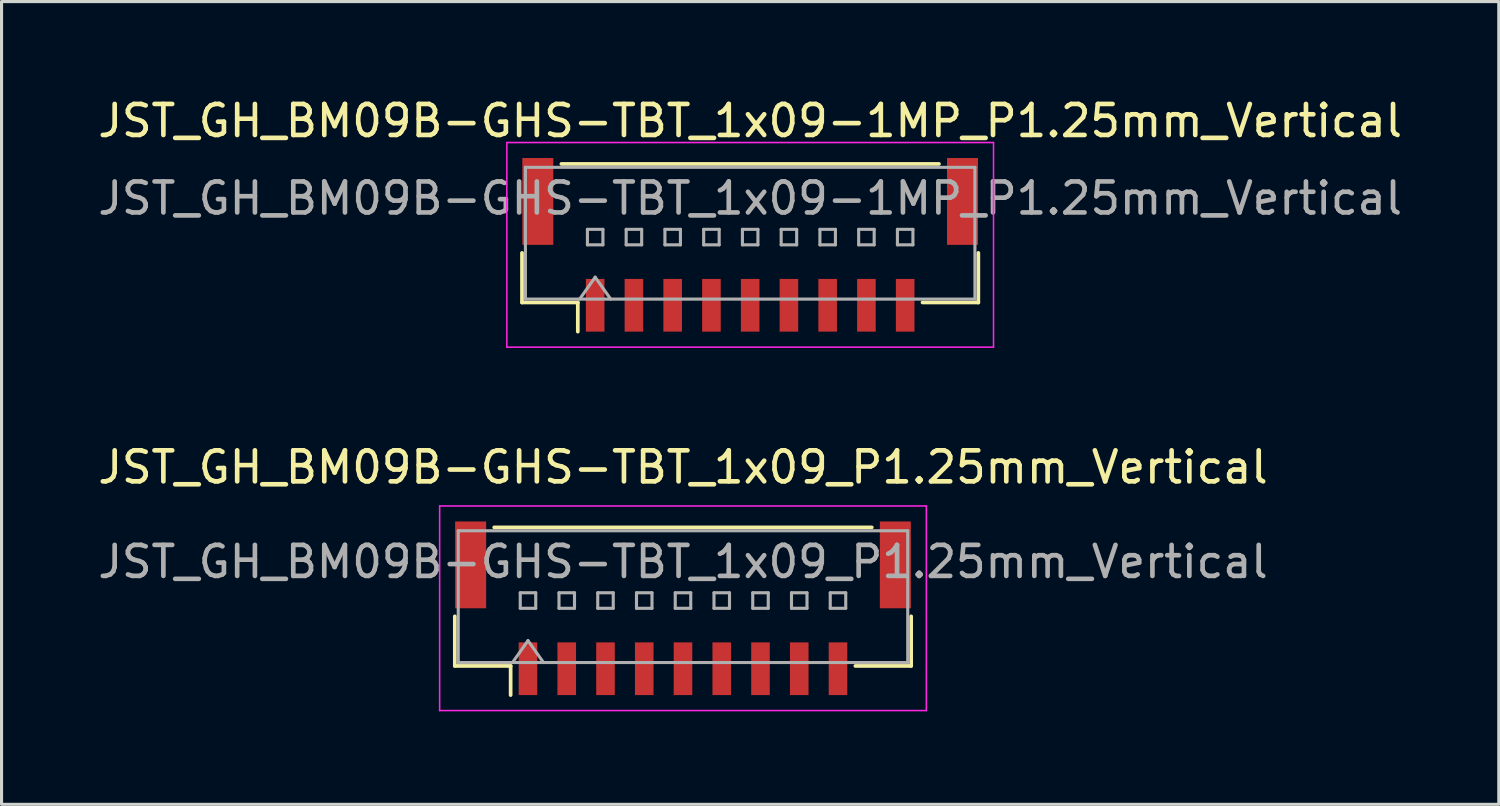
<source format=kicad_pcb>
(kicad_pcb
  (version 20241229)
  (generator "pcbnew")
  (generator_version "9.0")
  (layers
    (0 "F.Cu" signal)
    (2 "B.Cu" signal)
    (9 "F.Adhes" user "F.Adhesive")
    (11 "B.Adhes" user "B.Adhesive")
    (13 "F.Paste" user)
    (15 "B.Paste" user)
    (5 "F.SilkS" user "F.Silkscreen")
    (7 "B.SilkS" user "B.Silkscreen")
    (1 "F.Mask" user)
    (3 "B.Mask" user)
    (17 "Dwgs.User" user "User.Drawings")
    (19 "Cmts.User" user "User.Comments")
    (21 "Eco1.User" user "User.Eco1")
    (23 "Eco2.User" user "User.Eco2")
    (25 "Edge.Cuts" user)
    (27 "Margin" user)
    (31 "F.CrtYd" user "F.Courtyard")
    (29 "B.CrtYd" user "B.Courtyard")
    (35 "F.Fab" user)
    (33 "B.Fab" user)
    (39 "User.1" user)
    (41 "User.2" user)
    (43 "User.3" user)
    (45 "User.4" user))
  (footprint "JST_GH_BM09B-GHS-TBT_1x09-1MP_P1.25mm_Vertical"
    (layer "F.Cu")
    (at 21.149 4.848)
    (property "Reference" "JST_GH_BM09B-GHS-TBT_1x09-1MP_P1.25mm_Vertical" (at 0 -4 0) (layer "F.SilkS") (effects (font (size 1 1) (thickness 0.15))))
    (attr smd)
    (fp_line (start -7.36 0.26) (end -7.36 1.86) (stroke (width 0.12) (type solid)) (layer "F.SilkS"))
    (fp_line (start -7.36 1.86) (end -5.56 1.86) (stroke (width 0.12) (type solid)) (layer "F.SilkS"))
    (fp_line (start -6.09 -2.61) (end 6.09 -2.61) (stroke (width 0.12) (type solid)) (layer "F.SilkS"))
    (fp_line (start -5.56 1.86) (end -5.56 2.8) (stroke (width 0.12) (type solid)) (layer "F.SilkS"))
    (fp_line (start 7.36 0.26) (end 7.36 1.86) (stroke (width 0.12) (type solid)) (layer "F.SilkS"))
    (fp_line (start 7.36 1.86) (end 5.56 1.86) (stroke (width 0.12) (type solid)) (layer "F.SilkS"))
    (fp_line (start -7.85 -3.3) (end -7.85 3.3) (stroke (width 0.05) (type solid)) (layer "F.CrtYd"))
    (fp_line (start -7.85 3.3) (end 7.85 3.3) (stroke (width 0.05) (type solid)) (layer "F.CrtYd"))
    (fp_line (start 7.85 -3.3) (end -7.85 -3.3) (stroke (width 0.05) (type solid)) (layer "F.CrtYd"))
    (fp_line (start 7.85 3.3) (end 7.85 -3.3) (stroke (width 0.05) (type solid)) (layer "F.CrtYd"))
    (fp_line (start -7.25 -2.5) (end 7.25 -2.5) (stroke (width 0.1) (type solid)) (layer "F.Fab"))
    (fp_line (start -7.25 1.75) (end -7.25 -2.5) (stroke (width 0.1) (type solid)) (layer "F.Fab"))
    (fp_line (start -7.25 1.75) (end 7.25 1.75) (stroke (width 0.1) (type solid)) (layer "F.Fab"))
    (fp_line (start -5.5 1.75) (end -5 1.043) (stroke (width 0.1) (type solid)) (layer "F.Fab"))
    (fp_line (start -5.25 -0.5) (end -5.25 0) (stroke (width 0.1) (type solid)) (layer "F.Fab"))
    (fp_line (start -5.25 0) (end -4.75 0) (stroke (width 0.1) (type solid)) (layer "F.Fab"))
    (fp_line (start -5 1.043) (end -4.5 1.75) (stroke (width 0.1) (type solid)) (layer "F.Fab"))
    (fp_line (start -4.75 -0.5) (end -5.25 -0.5) (stroke (width 0.1) (type solid)) (layer "F.Fab"))
    (fp_line (start -4.75 0) (end -4.75 -0.5) (stroke (width 0.1) (type solid)) (layer "F.Fab"))
    (fp_line (start -4 -0.5) (end -4 0) (stroke (width 0.1) (type solid)) (layer "F.Fab"))
    (fp_line (start -4 0) (end -3.5 0) (stroke (width 0.1) (type solid)) (layer "F.Fab"))
    (fp_line (start -3.5 -0.5) (end -4 -0.5) (stroke (width 0.1) (type solid)) (layer "F.Fab"))
    (fp_line (start -3.5 0) (end -3.5 -0.5) (stroke (width 0.1) (type solid)) (layer "F.Fab"))
    (fp_line (start -2.75 -0.5) (end -2.75 0) (stroke (width 0.1) (type solid)) (layer "F.Fab"))
    (fp_line (start -2.75 0) (end -2.25 0) (stroke (width 0.1) (type solid)) (layer "F.Fab"))
    (fp_line (start -2.25 -0.5) (end -2.75 -0.5) (stroke (width 0.1) (type solid)) (layer "F.Fab"))
    (fp_line (start -2.25 0) (end -2.25 -0.5) (stroke (width 0.1) (type solid)) (layer "F.Fab"))
    (fp_line (start -1.5 -0.5) (end -1.5 0) (stroke (width 0.1) (type solid)) (layer "F.Fab"))
    (fp_line (start -1.5 0) (end -1 0) (stroke (width 0.1) (type solid)) (layer "F.Fab"))
    (fp_line (start -1 -0.5) (end -1.5 -0.5) (stroke (width 0.1) (type solid)) (layer "F.Fab"))
    (fp_line (start -1 0) (end -1 -0.5) (stroke (width 0.1) (type solid)) (layer "F.Fab"))
    (fp_line (start -0.25 -0.5) (end -0.25 0) (stroke (width 0.1) (type solid)) (layer "F.Fab"))
    (fp_line (start -0.25 0) (end 0.25 0) (stroke (width 0.1) (type solid)) (layer "F.Fab"))
    (fp_line (start 0.25 -0.5) (end -0.25 -0.5) (stroke (width 0.1) (type solid)) (layer "F.Fab"))
    (fp_line (start 0.25 0) (end 0.25 -0.5) (stroke (width 0.1) (type solid)) (layer "F.Fab"))
    (fp_line (start 1 -0.5) (end 1 0) (stroke (width 0.1) (type solid)) (layer "F.Fab"))
    (fp_line (start 1 0) (end 1.5 0) (stroke (width 0.1) (type solid)) (layer "F.Fab"))
    (fp_line (start 1.5 -0.5) (end 1 -0.5) (stroke (width 0.1) (type solid)) (layer "F.Fab"))
    (fp_line (start 1.5 0) (end 1.5 -0.5) (stroke (width 0.1) (type solid)) (layer "F.Fab"))
    (fp_line (start 2.25 -0.5) (end 2.25 0) (stroke (width 0.1) (type solid)) (layer "F.Fab"))
    (fp_line (start 2.25 0) (end 2.75 0) (stroke (width 0.1) (type solid)) (layer "F.Fab"))
    (fp_line (start 2.75 -0.5) (end 2.25 -0.5) (stroke (width 0.1) (type solid)) (layer "F.Fab"))
    (fp_line (start 2.75 0) (end 2.75 -0.5) (stroke (width 0.1) (type solid)) (layer "F.Fab"))
    (fp_line (start 3.5 -0.5) (end 3.5 0) (stroke (width 0.1) (type solid)) (layer "F.Fab"))
    (fp_line (start 3.5 0) (end 4 0) (stroke (width 0.1) (type solid)) (layer "F.Fab"))
    (fp_line (start 4 -0.5) (end 3.5 -0.5) (stroke (width 0.1) (type solid)) (layer "F.Fab"))
    (fp_line (start 4 0) (end 4 -0.5) (stroke (width 0.1) (type solid)) (layer "F.Fab"))
    (fp_line (start 4.75 -0.5) (end 4.75 0) (stroke (width 0.1) (type solid)) (layer "F.Fab"))
    (fp_line (start 4.75 0) (end 5.25 0) (stroke (width 0.1) (type solid)) (layer "F.Fab"))
    (fp_line (start 5.25 -0.5) (end 4.75 -0.5) (stroke (width 0.1) (type solid)) (layer "F.Fab"))
    (fp_line (start 5.25 0) (end 5.25 -0.5) (stroke (width 0.1) (type solid)) (layer "F.Fab"))
    (fp_line (start 7.25 1.75) (end 7.25 -2.5) (stroke (width 0.1) (type solid)) (layer "F.Fab"))
    (fp_text user "${REFERENCE}" (at 0 -1.5 0) (layer "F.Fab") (effects (font (size 1 1) (thickness 0.15))))
    (pad "1" smd rect (at -5 1.95) (size 0.6 1.7) (layers "F.Cu" "F.Mask" "F.Paste"))
    (pad "2" smd rect (at -3.75 1.95) (size 0.6 1.7) (layers "F.Cu" "F.Mask" "F.Paste"))
    (pad "3" smd rect (at -2.5 1.95) (size 0.6 1.7) (layers "F.Cu" "F.Mask" "F.Paste"))
    (pad "4" smd rect (at -1.25 1.95) (size 0.6 1.7) (layers "F.Cu" "F.Mask" "F.Paste"))
    (pad "5" smd rect (at 0 1.95) (size 0.6 1.7) (layers "F.Cu" "F.Mask" "F.Paste"))
    (pad "6" smd rect (at 1.25 1.95) (size 0.6 1.7) (layers "F.Cu" "F.Mask" "F.Paste"))
    (pad "7" smd rect (at 2.5 1.95) (size 0.6 1.7) (layers "F.Cu" "F.Mask" "F.Paste"))
    (pad "8" smd rect (at 3.75 1.95) (size 0.6 1.7) (layers "F.Cu" "F.Mask" "F.Paste"))
    (pad "9" smd rect (at 5 1.95) (size 0.6 1.7) (layers "F.Cu" "F.Mask" "F.Paste"))
    (pad "MP" smd rect (at -6.85 -1.4) (size 1 2.8) (layers "F.Cu" "F.Mask" "F.Paste"))
    (pad "MP" smd rect (at 6.85 -1.4) (size 1 2.8) (layers "F.Cu" "F.Mask" "F.Paste")))
  (footprint "JST_GH_BM09B-GHS-TBT_1x09_P1.25mm_Vertical"
    (layer "F.Cu")
    (at 18.982 16.572)
    (property "Reference" "JST_GH_BM09B-GHS-TBT_1x09_P1.25mm_Vertical" (at 0 -4.55 0) (layer "F.SilkS") (effects (font (size 1 1) (thickness 0.15))))
    (attr smd)
    (fp_line (start -7.36 0.26) (end -7.36 1.86) (stroke (width 0.12) (type solid)) (layer "F.SilkS"))
    (fp_line (start -7.36 1.86) (end -5.56 1.86) (stroke (width 0.12) (type solid)) (layer "F.SilkS"))
    (fp_line (start -6.09 -2.61) (end 6.09 -2.61) (stroke (width 0.12) (type solid)) (layer "F.SilkS"))
    (fp_line (start -5.56 1.86) (end -5.56 2.8) (stroke (width 0.12) (type solid)) (layer "F.SilkS"))
    (fp_line (start 7.36 0.26) (end 7.36 1.86) (stroke (width 0.12) (type solid)) (layer "F.SilkS"))
    (fp_line (start 7.36 1.86) (end 5.56 1.86) (stroke (width 0.12) (type solid)) (layer "F.SilkS"))
    (fp_line (start -7.85 -3.3) (end -7.85 3.3) (stroke (width 0.05) (type solid)) (layer "F.CrtYd"))
    (fp_line (start -7.85 3.3) (end 7.85 3.3) (stroke (width 0.05) (type solid)) (layer "F.CrtYd"))
    (fp_line (start 7.85 -3.3) (end -7.85 -3.3) (stroke (width 0.05) (type solid)) (layer "F.CrtYd"))
    (fp_line (start 7.85 3.3) (end 7.85 -3.3) (stroke (width 0.05) (type solid)) (layer "F.CrtYd"))
    (fp_line (start -7.25 -2.5) (end 7.25 -2.5) (stroke (width 0.1) (type solid)) (layer "F.Fab"))
    (fp_line (start -7.25 1.75) (end -7.25 -2.5) (stroke (width 0.1) (type solid)) (layer "F.Fab"))
    (fp_line (start -7.25 1.75) (end 7.25 1.75) (stroke (width 0.1) (type solid)) (layer "F.Fab"))
    (fp_line (start -5.5 1.75) (end -5 1.043) (stroke (width 0.1) (type solid)) (layer "F.Fab"))
    (fp_line (start -5.25 -0.5) (end -5.25 0) (stroke (width 0.1) (type solid)) (layer "F.Fab"))
    (fp_line (start -5.25 0) (end -4.75 0) (stroke (width 0.1) (type solid)) (layer "F.Fab"))
    (fp_line (start -5 1.043) (end -4.5 1.75) (stroke (width 0.1) (type solid)) (layer "F.Fab"))
    (fp_line (start -4.75 -0.5) (end -5.25 -0.5) (stroke (width 0.1) (type solid)) (layer "F.Fab"))
    (fp_line (start -4.75 0) (end -4.75 -0.5) (stroke (width 0.1) (type solid)) (layer "F.Fab"))
    (fp_line (start -4 -0.5) (end -4 0) (stroke (width 0.1) (type solid)) (layer "F.Fab"))
    (fp_line (start -4 0) (end -3.5 0) (stroke (width 0.1) (type solid)) (layer "F.Fab"))
    (fp_line (start -3.5 -0.5) (end -4 -0.5) (stroke (width 0.1) (type solid)) (layer "F.Fab"))
    (fp_line (start -3.5 0) (end -3.5 -0.5) (stroke (width 0.1) (type solid)) (layer "F.Fab"))
    (fp_line (start -2.75 -0.5) (end -2.75 0) (stroke (width 0.1) (type solid)) (layer "F.Fab"))
    (fp_line (start -2.75 0) (end -2.25 0) (stroke (width 0.1) (type solid)) (layer "F.Fab"))
    (fp_line (start -2.25 -0.5) (end -2.75 -0.5) (stroke (width 0.1) (type solid)) (layer "F.Fab"))
    (fp_line (start -2.25 0) (end -2.25 -0.5) (stroke (width 0.1) (type solid)) (layer "F.Fab"))
    (fp_line (start -1.5 -0.5) (end -1.5 0) (stroke (width 0.1) (type solid)) (layer "F.Fab"))
    (fp_line (start -1.5 0) (end -1 0) (stroke (width 0.1) (type solid)) (layer "F.Fab"))
    (fp_line (start -1 -0.5) (end -1.5 -0.5) (stroke (width 0.1) (type solid)) (layer "F.Fab"))
    (fp_line (start -1 0) (end -1 -0.5) (stroke (width 0.1) (type solid)) (layer "F.Fab"))
    (fp_line (start -0.25 -0.5) (end -0.25 0) (stroke (width 0.1) (type solid)) (layer "F.Fab"))
    (fp_line (start -0.25 0) (end 0.25 0) (stroke (width 0.1) (type solid)) (layer "F.Fab"))
    (fp_line (start 0.25 -0.5) (end -0.25 -0.5) (stroke (width 0.1) (type solid)) (layer "F.Fab"))
    (fp_line (start 0.25 0) (end 0.25 -0.5) (stroke (width 0.1) (type solid)) (layer "F.Fab"))
    (fp_line (start 1 -0.5) (end 1 0) (stroke (width 0.1) (type solid)) (layer "F.Fab"))
    (fp_line (start 1 0) (end 1.5 0) (stroke (width 0.1) (type solid)) (layer "F.Fab"))
    (fp_line (start 1.5 -0.5) (end 1 -0.5) (stroke (width 0.1) (type solid)) (layer "F.Fab"))
    (fp_line (start 1.5 0) (end 1.5 -0.5) (stroke (width 0.1) (type solid)) (layer "F.Fab"))
    (fp_line (start 2.25 -0.5) (end 2.25 0) (stroke (width 0.1) (type solid)) (layer "F.Fab"))
    (fp_line (start 2.25 0) (end 2.75 0) (stroke (width 0.1) (type solid)) (layer "F.Fab"))
    (fp_line (start 2.75 -0.5) (end 2.25 -0.5) (stroke (width 0.1) (type solid)) (layer "F.Fab"))
    (fp_line (start 2.75 0) (end 2.75 -0.5) (stroke (width 0.1) (type solid)) (layer "F.Fab"))
    (fp_line (start 3.5 -0.5) (end 3.5 0) (stroke (width 0.1) (type solid)) (layer "F.Fab"))
    (fp_line (start 3.5 0) (end 4 0) (stroke (width 0.1) (type solid)) (layer "F.Fab"))
    (fp_line (start 4 -0.5) (end 3.5 -0.5) (stroke (width 0.1) (type solid)) (layer "F.Fab"))
    (fp_line (start 4 0) (end 4 -0.5) (stroke (width 0.1) (type solid)) (layer "F.Fab"))
    (fp_line (start 4.75 -0.5) (end 4.75 0) (stroke (width 0.1) (type solid)) (layer "F.Fab"))
    (fp_line (start 4.75 0) (end 5.25 0) (stroke (width 0.1) (type solid)) (layer "F.Fab"))
    (fp_line (start 5.25 -0.5) (end 4.75 -0.5) (stroke (width 0.1) (type solid)) (layer "F.Fab"))
    (fp_line (start 5.25 0) (end 5.25 -0.5) (stroke (width 0.1) (type solid)) (layer "F.Fab"))
    (fp_line (start 7.25 1.75) (end 7.25 -2.5) (stroke (width 0.1) (type solid)) (layer "F.Fab"))
    (fp_text user "${REFERENCE}" (at 0 -1.5 0) (layer "F.Fab") (effects (font (size 1 1) (thickness 0.15))))
    (pad "" smd rect (at -6.85 -1.4) (size 1 2.8) (layers "F.Cu" "F.Mask" "F.Paste"))
    (pad "" smd rect (at 6.85 -1.4) (size 1 2.8) (layers "F.Cu" "F.Mask" "F.Paste"))
    (pad "1" smd rect (at -5 1.95) (size 0.6 1.7) (layers "F.Cu" "F.Mask" "F.Paste"))
    (pad "2" smd rect (at -3.75 1.95) (size 0.6 1.7) (layers "F.Cu" "F.Mask" "F.Paste"))
    (pad "3" smd rect (at -2.5 1.95) (size 0.6 1.7) (layers "F.Cu" "F.Mask" "F.Paste"))
    (pad "4" smd rect (at -1.25 1.95) (size 0.6 1.7) (layers "F.Cu" "F.Mask" "F.Paste"))
    (pad "5" smd rect (at 0 1.95) (size 0.6 1.7) (layers "F.Cu" "F.Mask" "F.Paste"))
    (pad "6" smd rect (at 1.25 1.95) (size 0.6 1.7) (layers "F.Cu" "F.Mask" "F.Paste"))
    (pad "7" smd rect (at 2.5 1.95) (size 0.6 1.7) (layers "F.Cu" "F.Mask" "F.Paste"))
    (pad "8" smd rect (at 3.75 1.95) (size 0.6 1.7) (layers "F.Cu" "F.Mask" "F.Paste"))
    (pad "9" smd rect (at 5 1.95) (size 0.6 1.7) (layers "F.Cu" "F.Mask" "F.Paste")))
  (gr_rect
    (start -3 -3)
    (end 45.298 22.896)
    (stroke (width 0.1) (type default))
    (fill no)
    (layer "Edge.Cuts")))
</source>
